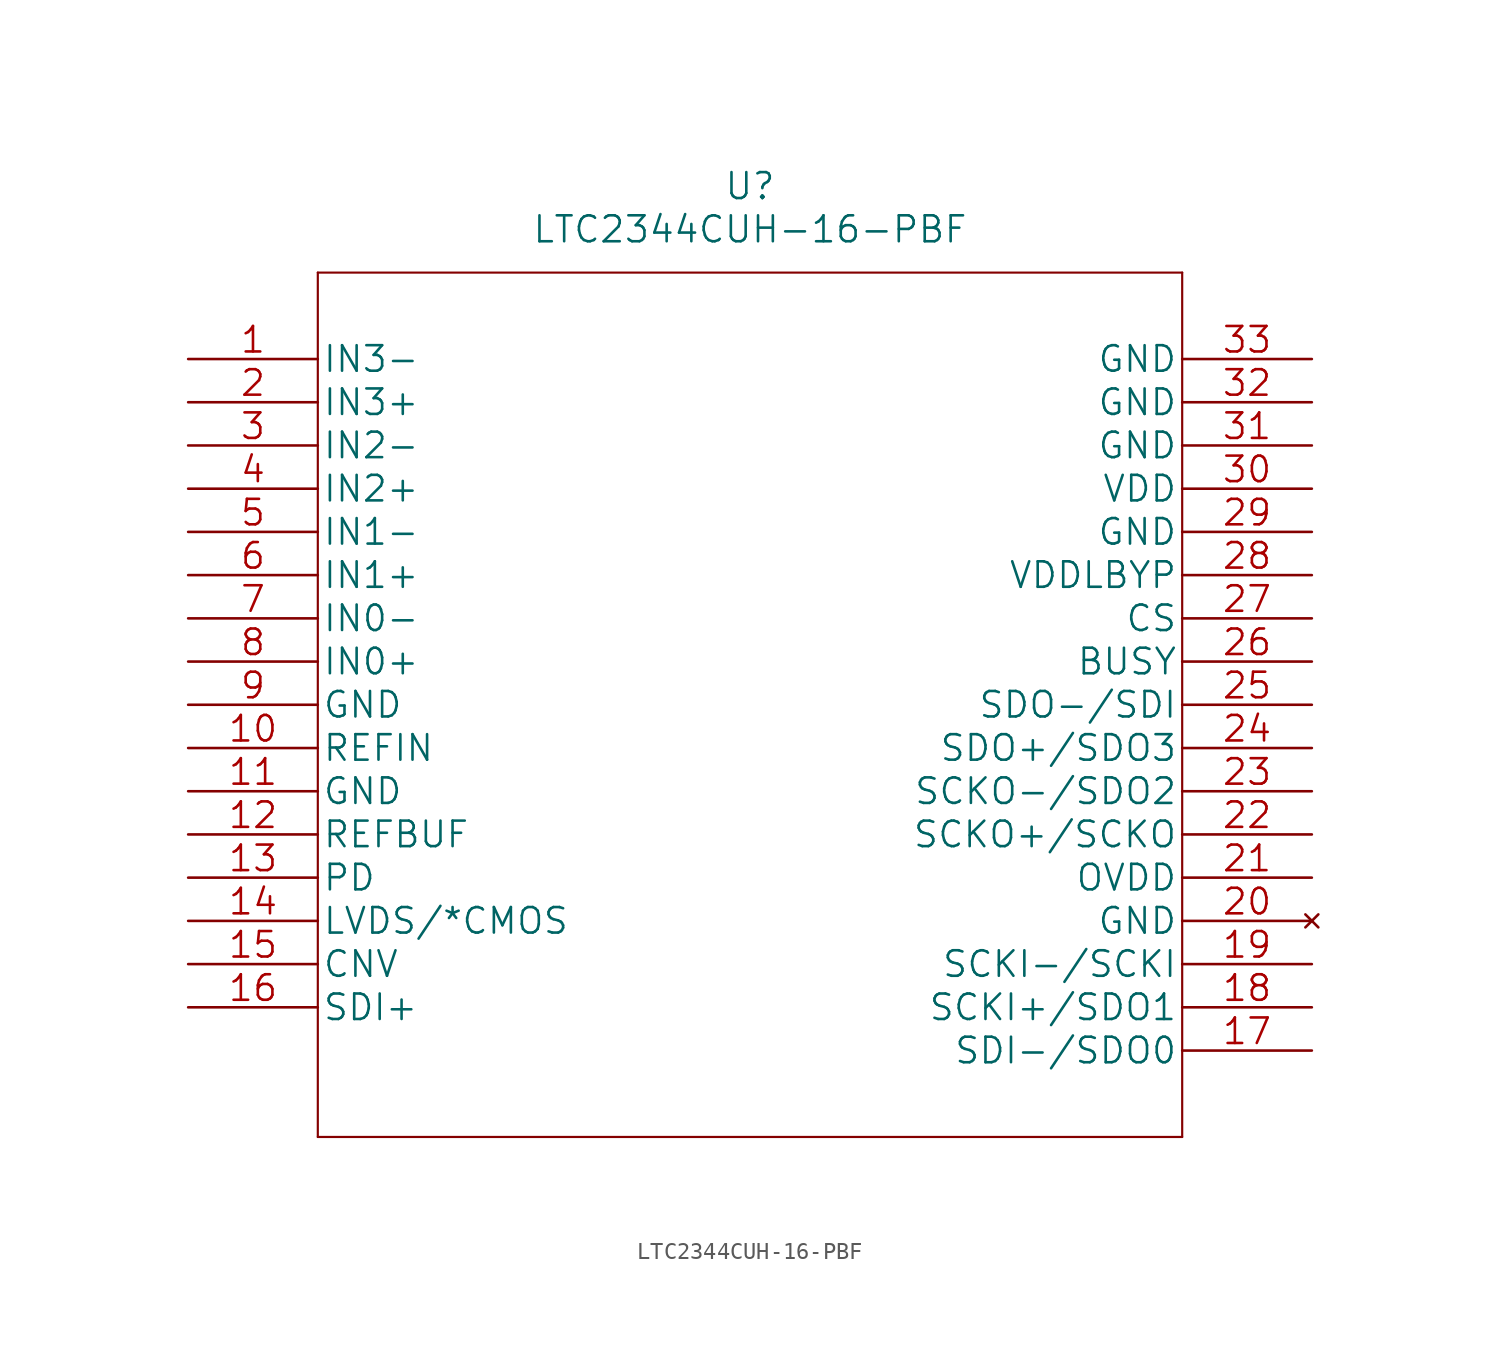
<source format=kicad_sym>
(kicad_symbol_lib
  (version 20211014)
  (generator kicad_symbol_editor)
  (symbol "LTC2344CUH-16-PBF"
    (pin_names
      (offset 0.254))
    (property "Reference" "U"
      (at 33.02 10.16 0)
      (effects (font (size 1.524 1.524))))
    (property "Value" "LTC2344CUH-16-PBF"
      (at 33.02 7.62 0)
      (effects (font (size 1.524 1.524))))
    (property "Datasheet" ""
      (at 0 0 0)
      (effects (font (size 1.524 1.524))))
    (property "ki_locked" ""
      (at 0 0 0)
      (effects (font (size 1.27 1.27))))
    (symbol "LTC2344CUH-16-PBF_1_1"
      (polyline (pts (xy 7.62 -45.72) (xy 58.42 -45.72)) (stroke (width 0.127) (type default) (color 0 0 0 0)) (fill (type none)))
      (polyline (pts (xy 7.62 5.08) (xy 7.62 -45.72)) (stroke (width 0.127) (type default) (color 0 0 0 0)) (fill (type none)))
      (polyline (pts (xy 58.42 -45.72) (xy 58.42 5.08)) (stroke (width 0.127) (type default) (color 0 0 0 0)) (fill (type none)))
      (polyline (pts (xy 58.42 5.08) (xy 7.62 5.08)) (stroke (width 0.127) (type default) (color 0 0 0 0)) (fill (type none)))
      (pin input line (at 0 0 0) (length 7.62) (name "IN3-" (effects (font (size 1.499 1.499)))) (number "1" (effects (font (size 1.499 1.499)))))
      (pin input line (at 0 -22.86 0) (length 7.62) (name "REFIN" (effects (font (size 1.499 1.499)))) (number "10" (effects (font (size 1.499 1.499)))))
      (pin power_in line (at 0 -25.4 0) (length 7.62) (name "GND" (effects (font (size 1.499 1.499)))) (number "11" (effects (font (size 1.499 1.499)))))
      (pin output line (at 0 -27.94 0) (length 7.62) (name "REFBUF" (effects (font (size 1.499 1.499)))) (number "12" (effects (font (size 1.499 1.499)))))
      (pin input line (at 0 -30.48 0) (length 7.62) (name "PD" (effects (font (size 1.499 1.499)))) (number "13" (effects (font (size 1.499 1.499)))))
      (pin bidirectional line (at 0 -33.02 0) (length 7.62) (name "LVDS/*CMOS" (effects (font (size 1.499 1.499)))) (number "14" (effects (font (size 1.499 1.499)))))
      (pin input line (at 0 -35.56 0) (length 7.62) (name "CNV" (effects (font (size 1.499 1.499)))) (number "15" (effects (font (size 1.499 1.499)))))
      (pin input line (at 0 -38.1 0) (length 7.62) (name "SDI+" (effects (font (size 1.499 1.499)))) (number "16" (effects (font (size 1.499 1.499)))))
      (pin bidirectional line (at 66.04 -40.64 180) (length 7.62) (name "SDI-/SDO0" (effects (font (size 1.499 1.499)))) (number "17" (effects (font (size 1.499 1.499)))))
      (pin bidirectional line (at 66.04 -38.1 180) (length 7.62) (name "SCKI+/SDO1" (effects (font (size 1.499 1.499)))) (number "18" (effects (font (size 1.499 1.499)))))
      (pin input line (at 66.04 -35.56 180) (length 7.62) (name "SCKI-/SCKI" (effects (font (size 1.499 1.499)))) (number "19" (effects (font (size 1.499 1.499)))))
      (pin input line (at 0 -2.54 0) (length 7.62) (name "IN3+" (effects (font (size 1.499 1.499)))) (number "2" (effects (font (size 1.499 1.499)))))
      (pin no_connect line (at 66.04 -33.02 180) (length 7.62) (name "GND" (effects (font (size 1.499 1.499)))) (number "20" (effects (font (size 1.499 1.499)))))
      (pin power_in line (at 66.04 -30.48 180) (length 7.62) (name "OVDD" (effects (font (size 1.499 1.499)))) (number "21" (effects (font (size 1.499 1.499)))))
      (pin output line (at 66.04 -27.94 180) (length 7.62) (name "SCKO+/SCKO" (effects (font (size 1.499 1.499)))) (number "22" (effects (font (size 1.499 1.499)))))
      (pin output line (at 66.04 -25.4 180) (length 7.62) (name "SCKO-/SDO2" (effects (font (size 1.499 1.499)))) (number "23" (effects (font (size 1.499 1.499)))))
      (pin output line (at 66.04 -22.86 180) (length 7.62) (name "SDO+/SDO3" (effects (font (size 1.499 1.499)))) (number "24" (effects (font (size 1.499 1.499)))))
      (pin bidirectional line (at 66.04 -20.32 180) (length 7.62) (name "SDO-/SDI" (effects (font (size 1.499 1.499)))) (number "25" (effects (font (size 1.499 1.499)))))
      (pin output line (at 66.04 -17.78 180) (length 7.62) (name "BUSY" (effects (font (size 1.499 1.499)))) (number "26" (effects (font (size 1.499 1.499)))))
      (pin input line (at 66.04 -15.24 180) (length 7.62) (name "CS" (effects (font (size 1.499 1.499)))) (number "27" (effects (font (size 1.499 1.499)))))
      (pin power_in line (at 66.04 -12.7 180) (length 7.62) (name "VDDLBYP" (effects (font (size 1.499 1.499)))) (number "28" (effects (font (size 1.499 1.499)))))
      (pin power_in line (at 66.04 -10.16 180) (length 7.62) (name "GND" (effects (font (size 1.499 1.499)))) (number "29" (effects (font (size 1.499 1.499)))))
      (pin input line (at 0 -5.08 0) (length 7.62) (name "IN2-" (effects (font (size 1.499 1.499)))) (number "3" (effects (font (size 1.499 1.499)))))
      (pin power_in line (at 66.04 -7.62 180) (length 7.62) (name "VDD" (effects (font (size 1.499 1.499)))) (number "30" (effects (font (size 1.499 1.499)))))
      (pin power_in line (at 66.04 -5.08 180) (length 7.62) (name "GND" (effects (font (size 1.499 1.499)))) (number "31" (effects (font (size 1.499 1.499)))))
      (pin power_in line (at 66.04 -2.54 180) (length 7.62) (name "GND" (effects (font (size 1.499 1.499)))) (number "32" (effects (font (size 1.499 1.499)))))
      (pin power_in line (at 66.04 0 180) (length 7.62) (name "GND" (effects (font (size 1.499 1.499)))) (number "33" (effects (font (size 1.499 1.499)))))
      (pin input line (at 0 -7.62 0) (length 7.62) (name "IN2+" (effects (font (size 1.499 1.499)))) (number "4" (effects (font (size 1.499 1.499)))))
      (pin input line (at 0 -10.16 0) (length 7.62) (name "IN1-" (effects (font (size 1.499 1.499)))) (number "5" (effects (font (size 1.499 1.499)))))
      (pin input line (at 0 -12.7 0) (length 7.62) (name "IN1+" (effects (font (size 1.499 1.499)))) (number "6" (effects (font (size 1.499 1.499)))))
      (pin input line (at 0 -15.24 0) (length 7.62) (name "IN0-" (effects (font (size 1.499 1.499)))) (number "7" (effects (font (size 1.499 1.499)))))
      (pin input line (at 0 -17.78 0) (length 7.62) (name "IN0+" (effects (font (size 1.499 1.499)))) (number "8" (effects (font (size 1.499 1.499)))))
      (pin power_in line (at 0 -20.32 0) (length 7.62) (name "GND" (effects (font (size 1.499 1.499)))) (number "9" (effects (font (size 1.499 1.499))))))))
</source>
